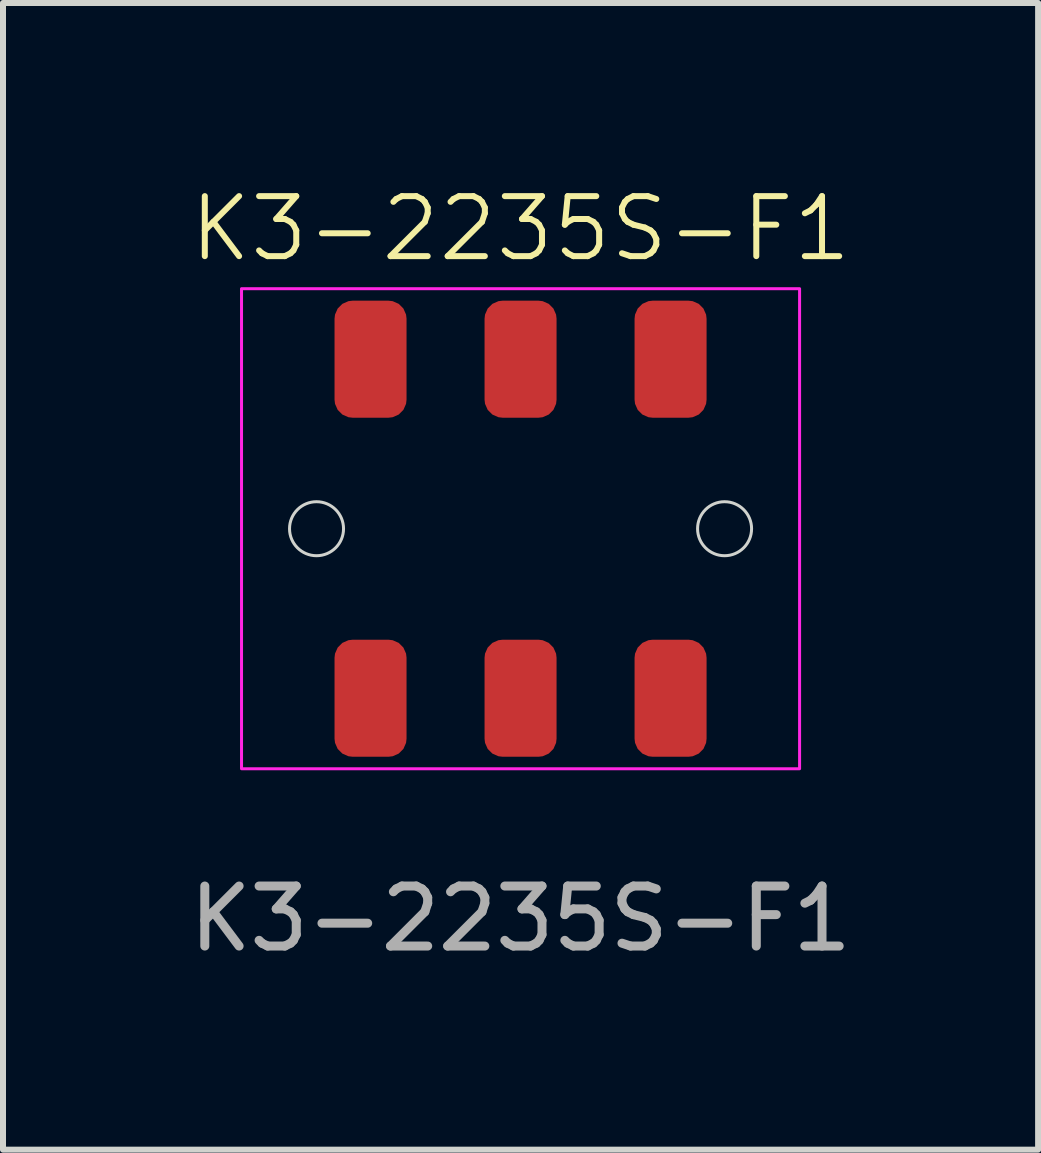
<source format=kicad_pcb>
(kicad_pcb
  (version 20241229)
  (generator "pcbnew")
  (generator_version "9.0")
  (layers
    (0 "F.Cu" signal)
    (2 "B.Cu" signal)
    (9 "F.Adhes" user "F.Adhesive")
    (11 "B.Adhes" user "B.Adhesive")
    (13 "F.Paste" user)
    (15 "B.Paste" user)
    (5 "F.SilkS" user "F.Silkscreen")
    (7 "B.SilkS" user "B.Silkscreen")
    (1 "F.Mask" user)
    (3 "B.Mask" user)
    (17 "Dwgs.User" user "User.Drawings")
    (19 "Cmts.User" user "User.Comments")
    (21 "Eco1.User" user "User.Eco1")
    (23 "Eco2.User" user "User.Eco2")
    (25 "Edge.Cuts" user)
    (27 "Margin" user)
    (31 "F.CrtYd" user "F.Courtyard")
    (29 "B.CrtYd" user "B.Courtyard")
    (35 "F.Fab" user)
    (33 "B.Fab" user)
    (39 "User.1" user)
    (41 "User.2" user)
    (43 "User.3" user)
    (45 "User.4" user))
  (footprint "K3-2235S-F1"
    (layer "F.Cu")
    (at 5.625 5.761)
    (property "Reference" "K3-2235S-F1" (at 0 -5 0) (unlocked yes) (layer "F.SilkS") (effects (font (size 1 1) (thickness 0.1))))
    (attr smd)
    (fp_circle (center -3.4 0) (end -2.95 0) (stroke (width 0.05) (type default)) (fill no) (layer "Edge.Cuts"))
    (fp_circle (center 3.4 0) (end 3.85 0) (stroke (width 0.05) (type default)) (fill no) (layer "Edge.Cuts"))
    (fp_rect (start -4.65 -4) (end 4.65 4) (stroke (width 0.05) (type default)) (fill no) (layer "F.CrtYd"))
    (fp_text user "${REFERENCE}" (at 0 6.5 0) (unlocked yes) (layer "F.Fab") (effects (font (size 1 1) (thickness 0.15))))
    (pad "1" smd roundrect (at -2.5 2.825) (size 1.2 1.95) (layers "F.Cu" "F.Mask" "F.Paste") (roundrect_rratio 0.25))
    (pad "2" smd roundrect (at 0 2.825) (size 1.2 1.95) (layers "F.Cu" "F.Mask" "F.Paste") (roundrect_rratio 0.25))
    (pad "3" smd roundrect (at 2.5 2.825) (size 1.2 1.95) (layers "F.Cu" "F.Mask" "F.Paste") (roundrect_rratio 0.25))
    (pad "4" smd roundrect (at -2.5 -2.825) (size 1.2 1.95) (layers "F.Cu" "F.Mask" "F.Paste") (roundrect_rratio 0.25))
    (pad "5" smd roundrect (at 0 -2.825) (size 1.2 1.95) (layers "F.Cu" "F.Mask" "F.Paste") (roundrect_rratio 0.25))
    (pad "6" smd roundrect (at 2.5 -2.825) (size 1.2 1.95) (layers "F.Cu" "F.Mask" "F.Paste") (roundrect_rratio 0.25)))
  (gr_rect
    (start -3 -3)
    (end 14.25 16.109)
    (stroke (width 0.1) (type default))
    (fill no)
    (layer "Edge.Cuts")))
</source>
